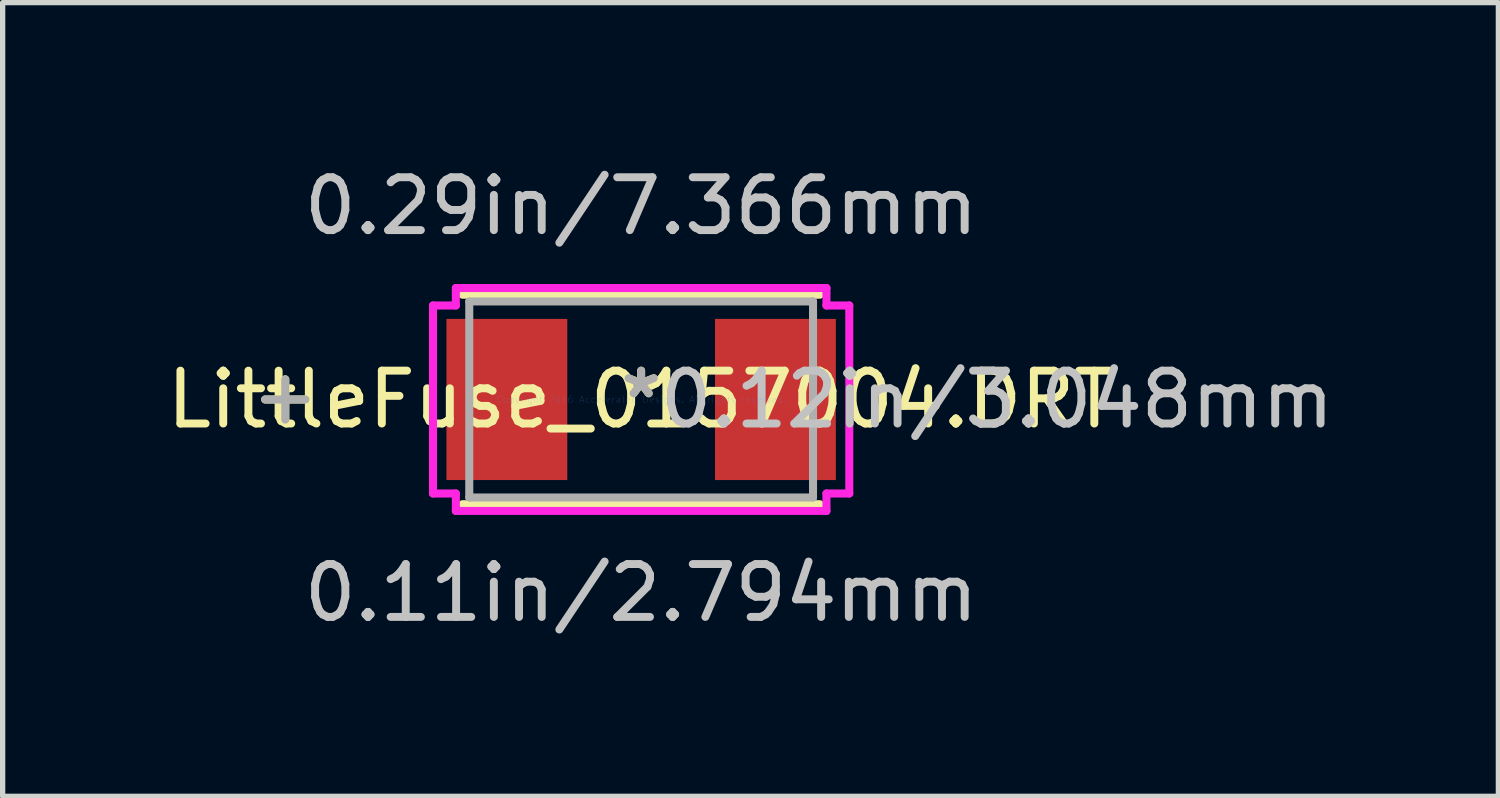
<source format=kicad_pcb>
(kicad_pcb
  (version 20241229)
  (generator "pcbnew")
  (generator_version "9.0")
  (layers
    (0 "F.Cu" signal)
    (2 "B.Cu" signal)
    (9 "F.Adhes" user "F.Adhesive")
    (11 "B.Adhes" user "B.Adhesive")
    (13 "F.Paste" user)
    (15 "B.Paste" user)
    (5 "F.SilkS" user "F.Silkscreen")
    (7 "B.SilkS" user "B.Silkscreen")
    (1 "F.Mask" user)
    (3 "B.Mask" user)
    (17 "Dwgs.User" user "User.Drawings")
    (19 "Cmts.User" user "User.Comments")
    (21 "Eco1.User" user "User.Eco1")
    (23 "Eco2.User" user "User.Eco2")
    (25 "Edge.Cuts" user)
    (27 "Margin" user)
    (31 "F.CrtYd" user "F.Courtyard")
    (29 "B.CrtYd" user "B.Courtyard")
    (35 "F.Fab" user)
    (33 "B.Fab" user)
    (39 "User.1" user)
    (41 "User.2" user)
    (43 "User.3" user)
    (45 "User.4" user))
  (footprint "LittleFuse_0157004.DRT"
    (layer "F.Cu")
    (at 9.077 4.506)
    (property "Reference" "LittleFuse_0157004.DRT" (at 0 0 0) (layer "F.SilkS") (effects (font (size 1 1) (thickness 0.15))))
    (attr through_hole)
    (fp_line (start -6.731 -0.381) (end -6.731 0.381) (stroke (width 0.152) (type solid)) (layer "F.SilkS"))
    (fp_line (start -6.35 0) (end -7.112 0) (stroke (width 0.152) (type solid)) (layer "F.SilkS"))
    (fp_line (start -3.378 1.981) (end 3.378 1.981) (stroke (width 0.152) (type solid)) (layer "F.SilkS"))
    (fp_line (start 3.378 -1.981) (end -3.378 -1.981) (stroke (width 0.152) (type solid)) (layer "F.SilkS"))
    (fp_line (start -3.937 -1.778) (end -3.505 -1.778) (stroke (width 0.152) (type solid)) (layer "F.CrtYd"))
    (fp_line (start -3.937 1.778) (end -3.937 -1.778) (stroke (width 0.152) (type solid)) (layer "F.CrtYd"))
    (fp_line (start -3.505 -2.108) (end 3.505 -2.108) (stroke (width 0.152) (type solid)) (layer "F.CrtYd"))
    (fp_line (start -3.505 -1.778) (end -3.505 -2.108) (stroke (width 0.152) (type solid)) (layer "F.CrtYd"))
    (fp_line (start -3.505 1.778) (end -3.937 1.778) (stroke (width 0.152) (type solid)) (layer "F.CrtYd"))
    (fp_line (start -3.505 2.108) (end -3.505 1.778) (stroke (width 0.152) (type solid)) (layer "F.CrtYd"))
    (fp_line (start 3.505 -2.108) (end 3.505 -1.778) (stroke (width 0.152) (type solid)) (layer "F.CrtYd"))
    (fp_line (start 3.505 -1.778) (end 3.937 -1.778) (stroke (width 0.152) (type solid)) (layer "F.CrtYd"))
    (fp_line (start 3.505 1.778) (end 3.505 2.108) (stroke (width 0.152) (type solid)) (layer "F.CrtYd"))
    (fp_line (start 3.505 2.108) (end -3.505 2.108) (stroke (width 0.152) (type solid)) (layer "F.CrtYd"))
    (fp_line (start 3.937 -1.778) (end 3.937 1.778) (stroke (width 0.152) (type solid)) (layer "F.CrtYd"))
    (fp_line (start 3.937 1.778) (end 3.505 1.778) (stroke (width 0.152) (type solid)) (layer "F.CrtYd"))
    (fp_line (start -6.731 -0.381) (end -6.731 0.381) (stroke (width 0.152) (type solid)) (layer "F.Fab"))
    (fp_line (start -6.35 0) (end -7.112 0) (stroke (width 0.152) (type solid)) (layer "F.Fab"))
    (fp_line (start -3.251 -1.854) (end -3.251 1.854) (stroke (width 0.152) (type solid)) (layer "F.Fab"))
    (fp_line (start -3.251 1.854) (end 3.251 1.854) (stroke (width 0.152) (type solid)) (layer "F.Fab"))
    (fp_line (start 3.251 -1.854) (end -3.251 -1.854) (stroke (width 0.152) (type solid)) (layer "F.Fab"))
    (fp_line (start 3.251 1.854) (end 3.251 -1.854) (stroke (width 0.152) (type solid)) (layer "F.Fab"))
    (fp_text user "*" (at 0 0 0) (layer "F.SilkS") (effects (font (size 1 1) (thickness 0.15))))
    (fp_text user "0.11in/2.794mm" (at 0 3.658 0) (layer "Dwgs.User") (effects (font (size 1 1) (thickness 0.15))))
    (fp_text user "0.29in/7.366mm" (at 0 -3.658 0) (layer "Dwgs.User") (effects (font (size 1 1) (thickness 0.15))))
    (fp_text user "0.12in/3.048mm" (at 6.731 0 0) (layer "Dwgs.User") (effects (font (size 1 1) (thickness 0.15))))
    (fp_text user "Copyright 2016 Accelerated Designs. All rights reserved." (at 0 0 0) (layer "Cmts.User") (effects (font (size 0.127 0.127) (thickness 0.002))))
    (fp_text user "*" (at 0 0 0) (layer "F.Fab") (effects (font (size 1 1) (thickness 0.15))))
    (pad "1" smd rect (at -2.54 0) (size 2.286 3.048) (layers "F.Cu" "F.Mask" "F.Paste"))
    (pad "2" smd rect (at 2.54 0) (size 2.286 3.048) (layers "F.Cu" "F.Mask" "F.Paste")))
  (gr_rect
    (start -3 -3)
    (end 25.291 12.012)
    (stroke (width 0.1) (type default))
    (fill no)
    (layer "Edge.Cuts")))
</source>
